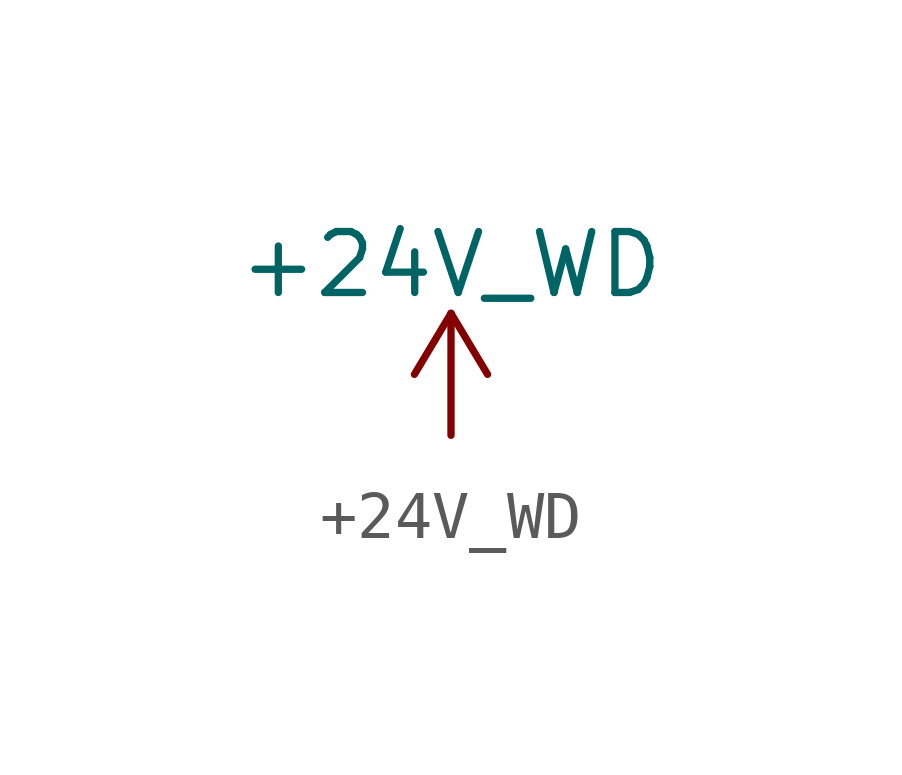
<source format=kicad_sym>
(kicad_symbol_lib
  (version 20220914)
  (generator kicad_symbol_editor)
  (symbol "+24V_WD"
    (power)
    (pin_names
      (offset 0))
    (property "Reference" "#PWR"
      (at 0 -3.81 0)
      (effects (font (size 1.27 1.27)) hide))
    (property "Value" "+24V_WD"
      (at 0 3.556 0)
      (effects (font (size 1.27 1.27))))
    (symbol "+24V_WD_0_1"
      (polyline (pts (xy -0.762 1.27) (xy 0 2.54)) (stroke (width 0) (type default)) (fill (type none)))
      (polyline (pts (xy 0 0) (xy 0 2.54)) (stroke (width 0) (type default)) (fill (type none)))
      (polyline (pts (xy 0 2.54) (xy 0.762 1.27)) (stroke (width 0) (type default)) (fill (type none))))
    (symbol "+24V_WD_1_1"
      (pin power_in line (at 0 0 90) (length 0) hide (name "+24V_WD" (effects (font (size 1.27 1.27)))) (number "1" (effects (font (size 1.27 1.27))))))))
</source>
